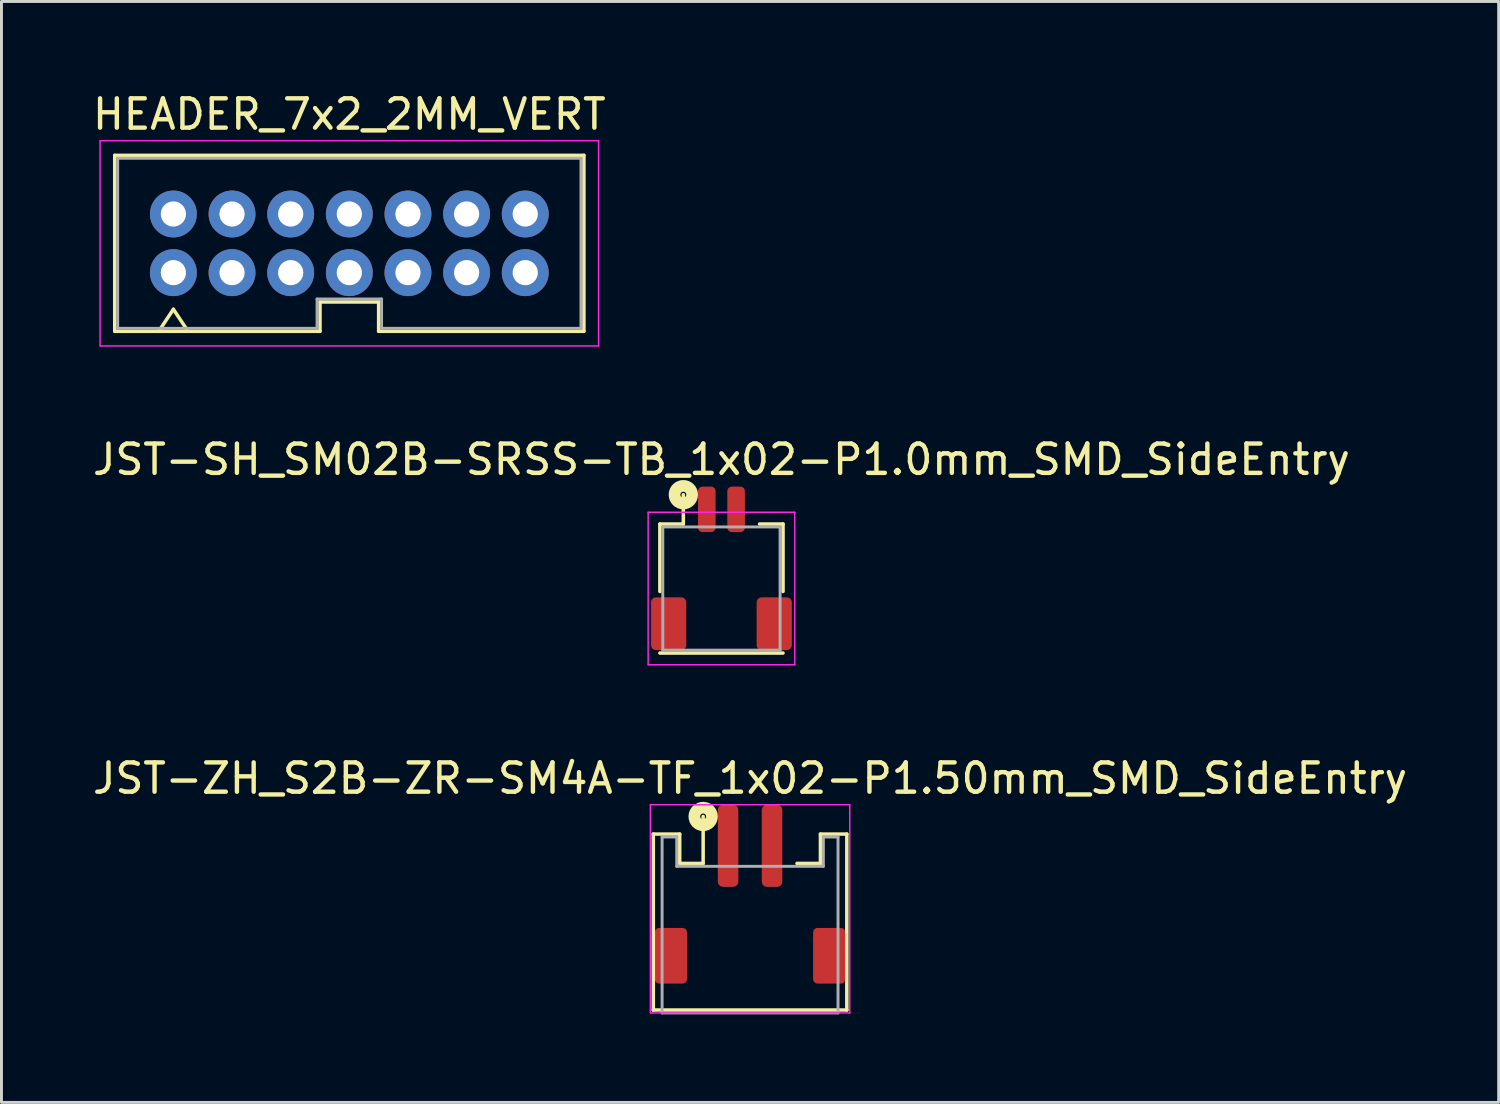
<source format=kicad_pcb>
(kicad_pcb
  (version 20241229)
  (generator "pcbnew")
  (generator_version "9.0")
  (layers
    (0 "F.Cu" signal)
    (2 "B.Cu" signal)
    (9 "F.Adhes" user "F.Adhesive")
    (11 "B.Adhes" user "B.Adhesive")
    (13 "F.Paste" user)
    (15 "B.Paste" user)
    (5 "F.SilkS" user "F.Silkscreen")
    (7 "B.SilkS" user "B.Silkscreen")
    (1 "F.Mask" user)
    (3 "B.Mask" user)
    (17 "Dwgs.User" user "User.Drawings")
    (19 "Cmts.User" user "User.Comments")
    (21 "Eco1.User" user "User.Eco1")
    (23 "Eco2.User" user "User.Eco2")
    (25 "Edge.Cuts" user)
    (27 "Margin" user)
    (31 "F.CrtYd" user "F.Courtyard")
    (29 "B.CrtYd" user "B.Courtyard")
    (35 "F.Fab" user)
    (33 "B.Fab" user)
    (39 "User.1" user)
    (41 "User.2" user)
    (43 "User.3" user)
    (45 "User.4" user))
  (footprint "JST-SH_SM02B-SRSS-TB_1x02-P1.0mm_SMD_SideEntry"
    (layer "F.Cu")
    (at 21.554 16.221)
    (property "Reference" "JST-SH_SM02B-SRSS-TB_1x02-P1.0mm_SMD_SideEntry" (at 0 -3.6 0) (layer "F.SilkS") (effects (font (size 1 1) (thickness 0.15))))
    (attr smd)
    (fp_line (start -2.1 -1.4) (end -2.1 0.9) (stroke (width 0.12) (type solid)) (layer "F.SilkS"))
    (fp_line (start -2.1 -1.4) (end -1.3 -1.4) (stroke (width 0.12) (type solid)) (layer "F.SilkS"))
    (fp_line (start -2.1 3) (end 2.1 3) (stroke (width 0.12) (type solid)) (layer "F.SilkS"))
    (fp_line (start -1.3 -1.4) (end -1.3 -2.4) (stroke (width 0.12) (type solid)) (layer "F.SilkS"))
    (fp_line (start 1.3 -1.4) (end 2.1 -1.4) (stroke (width 0.12) (type solid)) (layer "F.SilkS"))
    (fp_line (start 2.1 0.9) (end 2.1 -1.4) (stroke (width 0.12) (type solid)) (layer "F.SilkS"))
    (fp_circle (center -1.3 -2.4) (end -1.2 -2.4) (stroke (width 0.4) (type solid)) (fill no) (layer "F.SilkS"))
    (fp_line (start -2.5 -1.8) (end -2.5 3.4) (stroke (width 0.05) (type solid)) (layer "F.CrtYd"))
    (fp_line (start -2.5 3.4) (end 2.5 3.4) (stroke (width 0.05) (type solid)) (layer "F.CrtYd"))
    (fp_line (start 2.5 -1.8) (end -2.5 -1.8) (stroke (width 0.05) (type solid)) (layer "F.CrtYd"))
    (fp_line (start 2.5 3.4) (end 2.5 -1.8) (stroke (width 0.05) (type solid)) (layer "F.CrtYd"))
    (fp_line (start -2 -1.3) (end -2 2.9) (stroke (width 0.1) (type solid)) (layer "F.Fab"))
    (fp_line (start -2 -1.3) (end 2 -1.3) (stroke (width 0.1) (type solid)) (layer "F.Fab"))
    (fp_line (start -2 2.9) (end 2 2.9) (stroke (width 0.1) (type solid)) (layer "F.Fab"))
    (fp_line (start 2 -1.3) (end 2 2.9) (stroke (width 0.1) (type solid)) (layer "F.Fab"))
    (pad "1" smd roundrect (at -0.5 -1.9) (size 0.6 1.55) (layers "F.Cu" "F.Mask" "F.Paste") (roundrect_rratio 0.25))
    (pad "2" smd roundrect (at 0.5 -1.9) (size 0.6 1.55) (layers "F.Cu" "F.Mask" "F.Paste") (roundrect_rratio 0.25))
    (pad "MP" smd roundrect (at -1.8 2) (size 1.2 1.8) (layers "F.Cu" "F.Mask" "F.Paste") (roundrect_rratio 0.139))
    (pad "MP" smd roundrect (at 1.8 2) (size 1.2 1.8) (layers "F.Cu" "F.Mask" "F.Paste") (roundrect_rratio 0.139)))
  (footprint "HEADER_7x2_2MM_VERT"
    (layer "F.Cu")
    (at 8.863 5.248)
    (property "Reference" "HEADER_7x2_2MM_VERT" (at 0 -4.4 0) (layer "F.SilkS") (effects (font (size 1 1) (thickness 0.15))))
    (attr through_hole)
    (fp_line (start -8 -3) (end 8 -3) (stroke (width 0.12) (type solid)) (layer "F.SilkS"))
    (fp_line (start -8 3) (end -8 -3) (stroke (width 0.12) (type solid)) (layer "F.SilkS"))
    (fp_line (start -6.5 3) (end -6 2.25) (stroke (width 0.12) (type solid)) (layer "F.SilkS"))
    (fp_line (start -6 2.25) (end -5.5 3) (stroke (width 0.12) (type solid)) (layer "F.SilkS"))
    (fp_line (start -1 2) (end 1 2) (stroke (width 0.12) (type solid)) (layer "F.SilkS"))
    (fp_line (start -1 3) (end -8 3) (stroke (width 0.12) (type solid)) (layer "F.SilkS"))
    (fp_line (start -1 3) (end -1 2) (stroke (width 0.12) (type solid)) (layer "F.SilkS"))
    (fp_line (start 1 2) (end 1 3) (stroke (width 0.12) (type solid)) (layer "F.SilkS"))
    (fp_line (start 8 -3) (end 8 3) (stroke (width 0.12) (type solid)) (layer "F.SilkS"))
    (fp_line (start 8 3) (end 1 3) (stroke (width 0.12) (type solid)) (layer "F.SilkS"))
    (fp_line (start -8.5 -3.5) (end -8.5 3.5) (stroke (width 0.05) (type solid)) (layer "F.CrtYd"))
    (fp_line (start -8.5 -3.5) (end 8.5 -3.5) (stroke (width 0.05) (type solid)) (layer "F.CrtYd"))
    (fp_line (start -8.5 3.5) (end 8.5 3.5) (stroke (width 0.05) (type solid)) (layer "F.CrtYd"))
    (fp_line (start 8.5 -3.5) (end 8.5 3.5) (stroke (width 0.05) (type solid)) (layer "F.CrtYd"))
    (fp_line (start -7.9 -2.9) (end -7.9 2.9) (stroke (width 0.1) (type solid)) (layer "F.Fab"))
    (fp_line (start -7.9 -2.9) (end 7.9 -2.9) (stroke (width 0.1) (type solid)) (layer "F.Fab"))
    (fp_line (start -7.9 2.9) (end -1.1 2.9) (stroke (width 0.1) (type solid)) (layer "F.Fab"))
    (fp_line (start -1.1 1.9) (end 1.1 1.9) (stroke (width 0.1) (type solid)) (layer "F.Fab"))
    (fp_line (start -1.1 2.9) (end -1.1 1.9) (stroke (width 0.1) (type solid)) (layer "F.Fab"))
    (fp_line (start 1.1 2.9) (end 1.1 1.9) (stroke (width 0.1) (type solid)) (layer "F.Fab"))
    (fp_line (start 1.1 2.9) (end 7.9 2.9) (stroke (width 0.1) (type solid)) (layer "F.Fab"))
    (fp_line (start 7.9 -2.9) (end 7.9 2.9) (stroke (width 0.1) (type solid)) (layer "F.Fab"))
    (pad "1" thru_hole circle (at -6 1) (size 1.6 1.6) (drill 0.86) (layers "*.Cu" "*.Mask"))
    (pad "2" thru_hole circle (at -6 -1) (size 1.6 1.6) (drill 0.86) (layers "*.Cu" "*.Mask"))
    (pad "3" thru_hole circle (at -4 1) (size 1.6 1.6) (drill 0.86) (layers "*.Cu" "*.Mask"))
    (pad "4" thru_hole circle (at -4 -1) (size 1.6 1.6) (drill 0.86) (layers "*.Cu" "*.Mask"))
    (pad "5" thru_hole circle (at -2 1) (size 1.6 1.6) (drill 0.86) (layers "*.Cu" "*.Mask"))
    (pad "6" thru_hole circle (at -2 -1) (size 1.6 1.6) (drill 0.86) (layers "*.Cu" "*.Mask"))
    (pad "7" thru_hole circle (at 0 1) (size 1.6 1.6) (drill 0.86) (layers "*.Cu" "*.Mask"))
    (pad "8" thru_hole circle (at 0 -1) (size 1.6 1.6) (drill 0.86) (layers "*.Cu" "*.Mask"))
    (pad "9" thru_hole circle (at 2 1) (size 1.6 1.6) (drill 0.86) (layers "*.Cu" "*.Mask"))
    (pad "10" thru_hole circle (at 2 -1) (size 1.6 1.6) (drill 0.86) (layers "*.Cu" "*.Mask"))
    (pad "11" thru_hole circle (at 4 1) (size 1.6 1.6) (drill 0.86) (layers "*.Cu" "*.Mask"))
    (pad "12" thru_hole circle (at 4 -1) (size 1.6 1.6) (drill 0.86) (layers "*.Cu" "*.Mask"))
    (pad "13" thru_hole circle (at 6 1) (size 1.6 1.6) (drill 0.86) (layers "*.Cu" "*.Mask"))
    (pad "14" thru_hole circle (at 6 -1) (size 1.6 1.6) (drill 0.86) (layers "*.Cu" "*.Mask")))
  (footprint "JST-ZH_S2B-ZR-SM4A-TF_1x02-P1.50mm_SMD_SideEntry"
    (layer "F.Cu")
    (at 22.53 27.895)
    (property "Reference" "JST-ZH_S2B-ZR-SM4A-TF_1x02-P1.50mm_SMD_SideEntry" (at 0 -4.4 0) (layer "F.SilkS") (effects (font (size 1 1) (thickness 0.15))))
    (attr smd)
    (fp_line (start -3.3 -2.5) (end -3.3 3.5) (stroke (width 0.12) (type solid)) (layer "F.SilkS"))
    (fp_line (start -3.3 -2.5) (end -2.4 -2.5) (stroke (width 0.12) (type solid)) (layer "F.SilkS"))
    (fp_line (start -3.3 3.5) (end 3.3 3.5) (stroke (width 0.12) (type solid)) (layer "F.SilkS"))
    (fp_line (start -2.4 -1.5) (end -2.4 -2.5) (stroke (width 0.12) (type solid)) (layer "F.SilkS"))
    (fp_line (start -2.4 -1.5) (end -1.6 -1.5) (stroke (width 0.12) (type solid)) (layer "F.SilkS"))
    (fp_line (start -1.6 -1.5) (end -1.6 -3.1) (stroke (width 0.12) (type solid)) (layer "F.SilkS"))
    (fp_line (start 2.4 -2.5) (end 3.3 -2.5) (stroke (width 0.12) (type solid)) (layer "F.SilkS"))
    (fp_line (start 2.4 -1.5) (end 1.6 -1.5) (stroke (width 0.12) (type solid)) (layer "F.SilkS"))
    (fp_line (start 2.4 -1.5) (end 2.4 -2.5) (stroke (width 0.12) (type solid)) (layer "F.SilkS"))
    (fp_line (start 3.3 3.5) (end 3.3 -2.5) (stroke (width 0.12) (type solid)) (layer "F.SilkS"))
    (fp_circle (center -1.6 -3.1) (end -1.5 -3.1) (stroke (width 0.4) (type solid)) (fill no) (layer "F.SilkS"))
    (fp_line (start -3.4 -3.5) (end -3.4 3.6) (stroke (width 0.05) (type solid)) (layer "F.CrtYd"))
    (fp_line (start -3.4 3.6) (end 3.4 3.6) (stroke (width 0.05) (type solid)) (layer "F.CrtYd"))
    (fp_line (start 3.4 -3.5) (end -3.4 -3.5) (stroke (width 0.05) (type solid)) (layer "F.CrtYd"))
    (fp_line (start 3.4 3.6) (end 3.4 -3.5) (stroke (width 0.05) (type solid)) (layer "F.CrtYd"))
    (fp_line (start -3 -2.4) (end -3 3.6) (stroke (width 0.1) (type solid)) (layer "F.Fab"))
    (fp_line (start -3 3.6) (end 3 3.6) (stroke (width 0.1) (type solid)) (layer "F.Fab"))
    (fp_line (start -2.5 -2.4) (end -3 -2.4) (stroke (width 0.1) (type solid)) (layer "F.Fab"))
    (fp_line (start -2.5 -2.4) (end -2.5 -1.4) (stroke (width 0.1) (type solid)) (layer "F.Fab"))
    (fp_line (start -2.5 -1.4) (end 2.5 -1.4) (stroke (width 0.1) (type solid)) (layer "F.Fab"))
    (fp_line (start 2.5 -2.4) (end 2.5 -1.4) (stroke (width 0.1) (type solid)) (layer "F.Fab"))
    (fp_line (start 3 -2.4) (end 2.5 -2.4) (stroke (width 0.1) (type solid)) (layer "F.Fab"))
    (fp_line (start 3 -2.4) (end 3 3.6) (stroke (width 0.1) (type solid)) (layer "F.Fab"))
    (pad "1" smd roundrect (at -0.75 -2.1) (size 0.7 2.8) (layers "F.Cu" "F.Mask" "F.Paste") (roundrect_rratio 0.25))
    (pad "2" smd roundrect (at 0.75 -2.1) (size 0.7 2.8) (layers "F.Cu" "F.Mask" "F.Paste") (roundrect_rratio 0.25))
    (pad "MP" smd roundrect (at -2.7 1.65) (size 1.1 1.9) (layers "F.Cu" "F.Mask" "F.Paste") (roundrect_rratio 0.139))
    (pad "MP" smd roundrect (at 2.7 1.65) (size 1.1 1.9) (layers "F.Cu" "F.Mask" "F.Paste") (roundrect_rratio 0.139)))
  (gr_rect
    (start -3 -3)
    (end 48.06 34.545)
    (stroke (width 0.1) (type default))
    (fill no)
    (layer "Edge.Cuts")))
</source>
